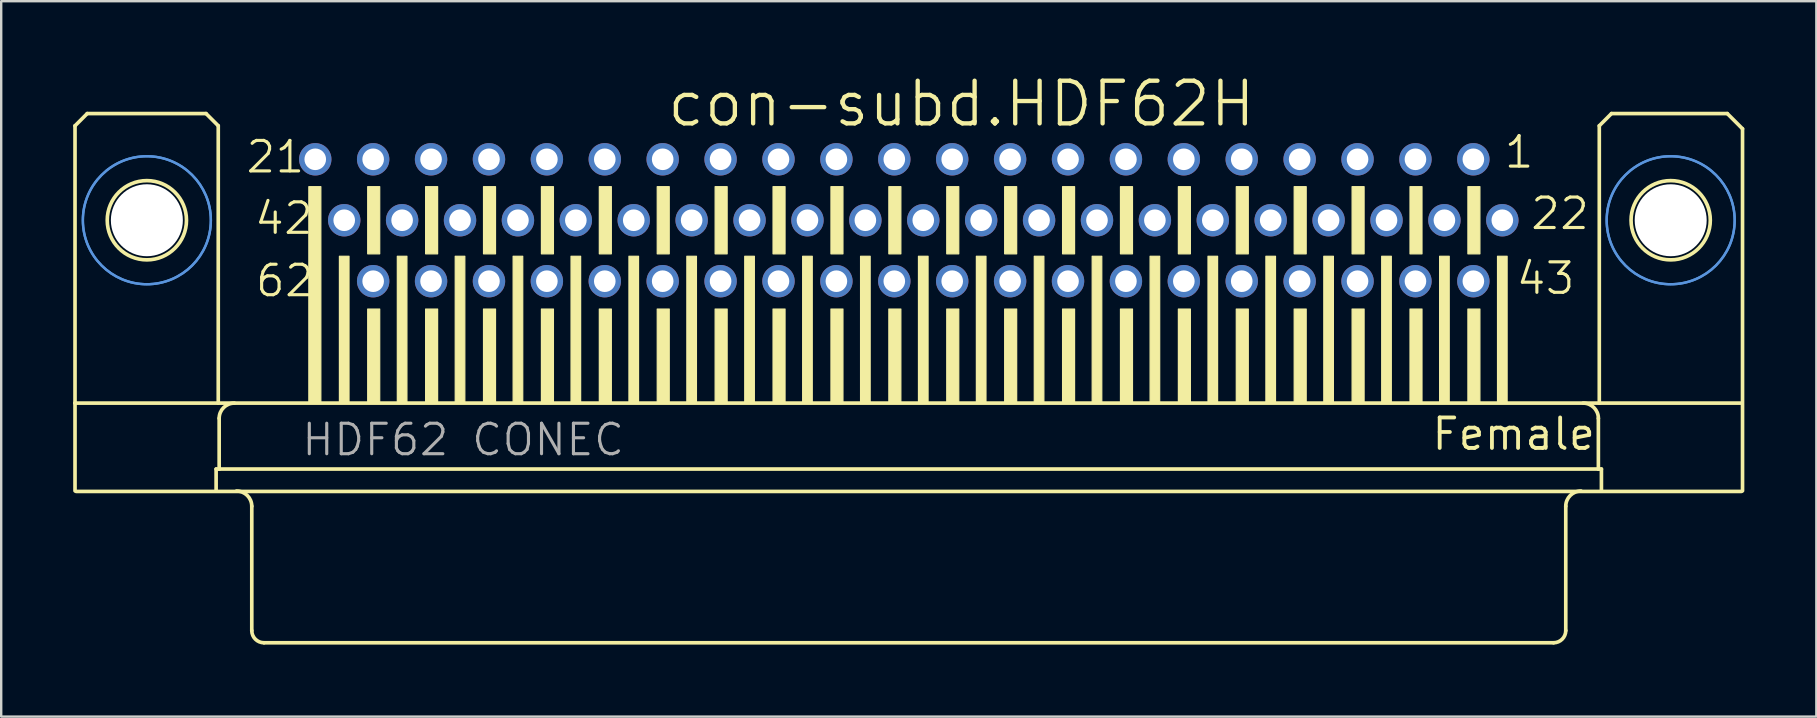
<source format=kicad_pcb>
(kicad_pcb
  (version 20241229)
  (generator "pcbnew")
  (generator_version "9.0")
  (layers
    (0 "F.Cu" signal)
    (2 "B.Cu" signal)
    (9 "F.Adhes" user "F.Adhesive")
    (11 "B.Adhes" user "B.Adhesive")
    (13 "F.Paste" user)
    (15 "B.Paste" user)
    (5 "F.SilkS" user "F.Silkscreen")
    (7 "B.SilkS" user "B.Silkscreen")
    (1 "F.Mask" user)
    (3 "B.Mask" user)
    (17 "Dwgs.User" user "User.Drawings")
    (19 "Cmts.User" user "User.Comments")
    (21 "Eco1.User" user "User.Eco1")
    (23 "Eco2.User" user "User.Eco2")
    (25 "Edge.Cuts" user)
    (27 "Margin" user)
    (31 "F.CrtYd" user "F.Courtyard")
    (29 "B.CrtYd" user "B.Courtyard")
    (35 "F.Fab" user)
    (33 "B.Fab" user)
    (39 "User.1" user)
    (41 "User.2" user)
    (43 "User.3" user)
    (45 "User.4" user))
  (footprint "con-subd.HDF62H"
    (layer "F.Cu")
    (at 34.82 6.128)
    (property "Reference" "con-subd.HDF62H" (at -10.16 -3.81 0) (layer "F.SilkS") (effects (font (size 1.778 1.778) (thickness 0.18)) (justify left bottom)))
    (attr through_hole)
    (fp_line (start -34.744 -3.937) (end -34.744 7.62) (stroke (width 0.152) (type default)) (layer "F.SilkS"))
    (fp_line (start -34.744 11.276) (end -34.744 7.62) (stroke (width 0.152) (type default)) (layer "F.SilkS"))
    (fp_line (start -34.7 11.3) (end 34.7 11.3) (stroke (width 0.152) (type default)) (layer "F.SilkS"))
    (fp_line (start -34.236 -4.445) (end -34.744 -3.937) (stroke (width 0.152) (type default)) (layer "F.SilkS"))
    (fp_line (start -29.283 -4.445) (end -34.236 -4.445) (stroke (width 0.152) (type default)) (layer "F.SilkS"))
    (fp_line (start -28.864 10.368) (end -28.864 11.276) (stroke (width 0.152) (type default)) (layer "F.SilkS"))
    (fp_line (start -28.775 -3.937) (end -29.283 -4.445) (stroke (width 0.152) (type default)) (layer "F.SilkS"))
    (fp_line (start -28.775 -3.937) (end -28.775 7.62) (stroke (width 0.152) (type default)) (layer "F.SilkS"))
    (fp_line (start -28.737 8.255) (end -28.737 10.368) (stroke (width 0.152) (type default)) (layer "F.SilkS"))
    (fp_line (start -28.737 10.368) (end -28.864 10.368) (stroke (width 0.152) (type default)) (layer "F.SilkS"))
    (fp_line (start -27.378 11.919) (end -27.378 17.099) (stroke (width 0.152) (type default)) (layer "F.SilkS"))
    (fp_line (start 26.87 17.607) (end -26.87 17.607) (stroke (width 0.152) (type default)) (layer "F.SilkS"))
    (fp_line (start 27.378 11.919) (end 27.378 17.099) (stroke (width 0.152) (type default)) (layer "F.SilkS"))
    (fp_line (start 28.737 8.255) (end 28.737 10.368) (stroke (width 0.152) (type default)) (layer "F.SilkS"))
    (fp_line (start 28.737 10.368) (end -28.737 10.368) (stroke (width 0.152) (type default)) (layer "F.SilkS"))
    (fp_line (start 28.775 -3.937) (end 28.775 7.62) (stroke (width 0.152) (type default)) (layer "F.SilkS"))
    (fp_line (start 28.864 10.368) (end 28.737 10.368) (stroke (width 0.152) (type default)) (layer "F.SilkS"))
    (fp_line (start 28.864 10.368) (end 28.864 11.276) (stroke (width 0.152) (type default)) (layer "F.SilkS"))
    (fp_line (start 29.283 -4.445) (end 28.775 -3.937) (stroke (width 0.152) (type default)) (layer "F.SilkS"))
    (fp_line (start 29.283 -4.445) (end 34.109 -4.445) (stroke (width 0.152) (type default)) (layer "F.SilkS"))
    (fp_line (start 34.109 -4.445) (end 34.744 -3.81) (stroke (width 0.152) (type default)) (layer "F.SilkS"))
    (fp_line (start 34.656 7.62) (end -34.744 7.62) (stroke (width 0.152) (type default)) (layer "F.SilkS"))
    (fp_line (start 34.744 -3.81) (end 34.744 11.276) (stroke (width 0.152) (type default)) (layer "F.SilkS"))
    (fp_rect (start -25 7.6) (end -24.5 -1.4) (stroke (width 0.05) (type default)) (fill yes) (layer "F.SilkS"))
    (fp_rect (start -23.726 7.6) (end -23.326 1.5) (stroke (width 0.05) (type default)) (fill yes) (layer "F.SilkS"))
    (fp_rect (start -22.547 1.4) (end -22.047 -1.4) (stroke (width 0.05) (type default)) (fill yes) (layer "F.SilkS"))
    (fp_rect (start -22.547 7.6) (end -22.047 3.7) (stroke (width 0.05) (type default)) (fill yes) (layer "F.SilkS"))
    (fp_rect (start -21.313 7.6) (end -20.913 1.5) (stroke (width 0.05) (type default)) (fill yes) (layer "F.SilkS"))
    (fp_rect (start -20.134 1.4) (end -19.634 -1.4) (stroke (width 0.05) (type default)) (fill yes) (layer "F.SilkS"))
    (fp_rect (start -20.134 7.6) (end -19.634 3.7) (stroke (width 0.05) (type default)) (fill yes) (layer "F.SilkS"))
    (fp_rect (start -18.9 7.6) (end -18.5 1.5) (stroke (width 0.05) (type default)) (fill yes) (layer "F.SilkS"))
    (fp_rect (start -17.721 1.4) (end -17.221 -1.4) (stroke (width 0.05) (type default)) (fill yes) (layer "F.SilkS"))
    (fp_rect (start -17.721 7.6) (end -17.221 3.7) (stroke (width 0.05) (type default)) (fill yes) (layer "F.SilkS"))
    (fp_rect (start -16.487 7.6) (end -16.087 1.5) (stroke (width 0.05) (type default)) (fill yes) (layer "F.SilkS"))
    (fp_rect (start -15.308 1.4) (end -14.808 -1.4) (stroke (width 0.05) (type default)) (fill yes) (layer "F.SilkS"))
    (fp_rect (start -15.308 7.6) (end -14.808 3.7) (stroke (width 0.05) (type default)) (fill yes) (layer "F.SilkS"))
    (fp_rect (start -14.074 7.6) (end -13.674 1.5) (stroke (width 0.05) (type default)) (fill yes) (layer "F.SilkS"))
    (fp_rect (start -12.895 1.4) (end -12.395 -1.4) (stroke (width 0.05) (type default)) (fill yes) (layer "F.SilkS"))
    (fp_rect (start -12.895 7.6) (end -12.395 3.7) (stroke (width 0.05) (type default)) (fill yes) (layer "F.SilkS"))
    (fp_rect (start -11.661 7.6) (end -11.261 1.5) (stroke (width 0.05) (type default)) (fill yes) (layer "F.SilkS"))
    (fp_rect (start -10.482 1.4) (end -9.982 -1.4) (stroke (width 0.05) (type default)) (fill yes) (layer "F.SilkS"))
    (fp_rect (start -10.482 7.6) (end -9.982 3.7) (stroke (width 0.05) (type default)) (fill yes) (layer "F.SilkS"))
    (fp_rect (start -9.248 7.6) (end -8.848 1.5) (stroke (width 0.05) (type default)) (fill yes) (layer "F.SilkS"))
    (fp_rect (start -8.069 1.4) (end -7.569 -1.4) (stroke (width 0.05) (type default)) (fill yes) (layer "F.SilkS"))
    (fp_rect (start -8.069 7.6) (end -7.569 3.7) (stroke (width 0.05) (type default)) (fill yes) (layer "F.SilkS"))
    (fp_rect (start -6.835 7.6) (end -6.435 1.5) (stroke (width 0.05) (type default)) (fill yes) (layer "F.SilkS"))
    (fp_rect (start -5.656 1.4) (end -5.156 -1.4) (stroke (width 0.05) (type default)) (fill yes) (layer "F.SilkS"))
    (fp_rect (start -5.656 7.6) (end -5.156 3.7) (stroke (width 0.05) (type default)) (fill yes) (layer "F.SilkS"))
    (fp_rect (start -4.422 7.6) (end -4.022 1.5) (stroke (width 0.05) (type default)) (fill yes) (layer "F.SilkS"))
    (fp_rect (start -3.243 1.4) (end -2.743 -1.4) (stroke (width 0.05) (type default)) (fill yes) (layer "F.SilkS"))
    (fp_rect (start -3.243 7.6) (end -2.743 3.7) (stroke (width 0.05) (type default)) (fill yes) (layer "F.SilkS"))
    (fp_rect (start -2.009 7.6) (end -1.609 1.5) (stroke (width 0.05) (type default)) (fill yes) (layer "F.SilkS"))
    (fp_rect (start -0.83 1.4) (end -0.33 -1.4) (stroke (width 0.05) (type default)) (fill yes) (layer "F.SilkS"))
    (fp_rect (start -0.83 7.6) (end -0.33 3.7) (stroke (width 0.05) (type default)) (fill yes) (layer "F.SilkS"))
    (fp_rect (start 0.404 7.6) (end 0.804 1.5) (stroke (width 0.05) (type default)) (fill yes) (layer "F.SilkS"))
    (fp_rect (start 1.583 1.4) (end 2.083 -1.4) (stroke (width 0.05) (type default)) (fill yes) (layer "F.SilkS"))
    (fp_rect (start 1.583 7.6) (end 2.083 3.7) (stroke (width 0.05) (type default)) (fill yes) (layer "F.SilkS"))
    (fp_rect (start 2.817 7.6) (end 3.217 1.5) (stroke (width 0.05) (type default)) (fill yes) (layer "F.SilkS"))
    (fp_rect (start 3.996 1.4) (end 4.496 -1.4) (stroke (width 0.05) (type default)) (fill yes) (layer "F.SilkS"))
    (fp_rect (start 3.996 7.6) (end 4.496 3.7) (stroke (width 0.05) (type default)) (fill yes) (layer "F.SilkS"))
    (fp_rect (start 5.23 7.6) (end 5.63 1.5) (stroke (width 0.05) (type default)) (fill yes) (layer "F.SilkS"))
    (fp_rect (start 6.409 1.4) (end 6.909 -1.4) (stroke (width 0.05) (type default)) (fill yes) (layer "F.SilkS"))
    (fp_rect (start 6.409 7.6) (end 6.909 3.7) (stroke (width 0.05) (type default)) (fill yes) (layer "F.SilkS"))
    (fp_rect (start 7.643 7.6) (end 8.043 1.5) (stroke (width 0.05) (type default)) (fill yes) (layer "F.SilkS"))
    (fp_rect (start 8.822 1.4) (end 9.322 -1.4) (stroke (width 0.05) (type default)) (fill yes) (layer "F.SilkS"))
    (fp_rect (start 8.822 7.6) (end 9.322 3.7) (stroke (width 0.05) (type default)) (fill yes) (layer "F.SilkS"))
    (fp_rect (start 10.056 7.6) (end 10.456 1.5) (stroke (width 0.05) (type default)) (fill yes) (layer "F.SilkS"))
    (fp_rect (start 11.235 1.4) (end 11.735 -1.4) (stroke (width 0.05) (type default)) (fill yes) (layer "F.SilkS"))
    (fp_rect (start 11.235 7.6) (end 11.735 3.7) (stroke (width 0.05) (type default)) (fill yes) (layer "F.SilkS"))
    (fp_rect (start 12.469 7.6) (end 12.869 1.5) (stroke (width 0.05) (type default)) (fill yes) (layer "F.SilkS"))
    (fp_rect (start 13.648 1.4) (end 14.148 -1.4) (stroke (width 0.05) (type default)) (fill yes) (layer "F.SilkS"))
    (fp_rect (start 13.648 7.6) (end 14.148 3.7) (stroke (width 0.05) (type default)) (fill yes) (layer "F.SilkS"))
    (fp_rect (start 14.882 7.6) (end 15.282 1.5) (stroke (width 0.05) (type default)) (fill yes) (layer "F.SilkS"))
    (fp_rect (start 16.061 1.4) (end 16.561 -1.4) (stroke (width 0.05) (type default)) (fill yes) (layer "F.SilkS"))
    (fp_rect (start 16.061 7.6) (end 16.561 3.7) (stroke (width 0.05) (type default)) (fill yes) (layer "F.SilkS"))
    (fp_rect (start 17.295 7.6) (end 17.695 1.5) (stroke (width 0.05) (type default)) (fill yes) (layer "F.SilkS"))
    (fp_rect (start 18.474 1.4) (end 18.974 -1.4) (stroke (width 0.05) (type default)) (fill yes) (layer "F.SilkS"))
    (fp_rect (start 18.474 7.6) (end 18.974 3.7) (stroke (width 0.05) (type default)) (fill yes) (layer "F.SilkS"))
    (fp_rect (start 19.708 7.6) (end 20.108 1.5) (stroke (width 0.05) (type default)) (fill yes) (layer "F.SilkS"))
    (fp_rect (start 20.887 1.4) (end 21.387 -1.4) (stroke (width 0.05) (type default)) (fill yes) (layer "F.SilkS"))
    (fp_rect (start 20.887 7.6) (end 21.387 3.7) (stroke (width 0.05) (type default)) (fill yes) (layer "F.SilkS"))
    (fp_rect (start 22.121 7.6) (end 22.521 1.5) (stroke (width 0.05) (type default)) (fill yes) (layer "F.SilkS"))
    (fp_rect (start 23.3 1.4) (end 23.8 -1.4) (stroke (width 0.05) (type default)) (fill yes) (layer "F.SilkS"))
    (fp_rect (start 23.3 7.6) (end 23.8 3.7) (stroke (width 0.05) (type default)) (fill yes) (layer "F.SilkS"))
    (fp_rect (start 24.534 7.6) (end 24.934 1.5) (stroke (width 0.05) (type default)) (fill yes) (layer "F.SilkS"))
    (fp_arc (start -28.737 8.255) (mid -28.551013 7.805987) (end -28.102 7.62) (stroke (width 0.1524) (type default)) (layer "F.SilkS"))
    (fp_arc (start -28.013 11.284) (mid -27.563987 11.469987) (end -27.378 11.919) (stroke (width 0.1524) (type default)) (layer "F.SilkS"))
    (fp_arc (start -26.87 17.607) (mid -27.22921 17.45821) (end -27.378 17.099) (stroke (width 0.1524) (type default)) (layer "F.SilkS"))
    (fp_arc (start 27.378 11.919) (mid 27.563987 11.469987) (end 28.013 11.284) (stroke (width 0.1524) (type default)) (layer "F.SilkS"))
    (fp_arc (start 27.378 17.099) (mid 27.22921 17.45821) (end 26.87 17.607) (stroke (width 0.1524) (type default)) (layer "F.SilkS"))
    (fp_arc (start 28.102 7.62) (mid 28.551013 7.805987) (end 28.737 8.255) (stroke (width 0.1524) (type default)) (layer "F.SilkS"))
    (fp_circle (center -31.75 0) (end -30.099 0) (stroke (width 0.152) (type default)) (fill no) (layer "F.SilkS"))
    (fp_circle (center 31.75 0) (end 33.401 0) (stroke (width 0.152) (type default)) (fill no) (layer "F.SilkS"))
    (fp_circle (center -31.75 0) (end -29.083 0) (stroke (width 0.1) (type default)) (fill no) (layer "Cmts.User"))
    (fp_circle (center -31.75 0) (end -29.083 0) (stroke (width 0.1) (type default)) (fill no) (layer "Cmts.User"))
    (fp_circle (center 31.75 0) (end 34.417 0) (stroke (width 0.1) (type default)) (fill no) (layer "Cmts.User"))
    (fp_circle (center 31.75 0) (end 34.417 0) (stroke (width 0.1) (type default)) (fill no) (layer "Cmts.User"))
    (fp_text user "21" (at -27.69 -1.895 0) (layer "F.SilkS") (effects (font (size 1.27 1.27) (thickness 0.13)) (justify left bottom)))
    (fp_text user "43" (at 25.242 3.165 0) (layer "F.SilkS") (effects (font (size 1.27 1.27) (thickness 0.13)) (justify left bottom)))
    (fp_text user "62" (at -27.295 3.265 0) (layer "F.SilkS") (effects (font (size 1.27 1.27) (thickness 0.13)) (justify left bottom)))
    (fp_text user "42" (at -27.333 0.665 0) (layer "F.SilkS") (effects (font (size 1.27 1.27) (thickness 0.13)) (justify left bottom)))
    (fp_text user "1" (at 24.742 -2.095 0) (layer "F.SilkS") (effects (font (size 1.27 1.27) (thickness 0.13)) (justify left bottom)))
    (fp_text user "Female" (at 21.717 9.652 0) (layer "F.SilkS") (effects (font (size 1.27 1.27) (thickness 0.16)) (justify left bottom)))
    (fp_text user "22" (at 25.842 0.465 0) (layer "F.SilkS") (effects (font (size 1.27 1.27) (thickness 0.13)) (justify left bottom)))
    (fp_text user "HDF62 CONEC" (at -25.368 9.891 0) (layer "F.Fab") (effects (font (size 1.27 1.27) (thickness 0.13)) (justify left bottom)))
    (pad "" np_thru_hole circle (at -31.75 0) (size 3 3) (drill 3) (layers "*.Cu" "*.Mask"))
    (pad "" np_thru_hole circle (at 31.75 0) (size 3 3) (drill 3) (layers "*.Cu" "*.Mask"))
    (pad "1" thru_hole circle (at 23.527 -2.54) (size 1.35 1.35) (drill 0.9) (layers "*.Cu" "*.Mask"))
    (pad "2" thru_hole circle (at 21.114 -2.54) (size 1.35 1.35) (drill 0.9) (layers "*.Cu" "*.Mask"))
    (pad "3" thru_hole circle (at 18.701 -2.54) (size 1.35 1.35) (drill 0.9) (layers "*.Cu" "*.Mask"))
    (pad "4" thru_hole circle (at 16.288 -2.54) (size 1.35 1.35) (drill 0.9) (layers "*.Cu" "*.Mask"))
    (pad "5" thru_hole circle (at 13.875 -2.54) (size 1.35 1.35) (drill 0.9) (layers "*.Cu" "*.Mask"))
    (pad "6" thru_hole circle (at 11.462 -2.54) (size 1.35 1.35) (drill 0.9) (layers "*.Cu" "*.Mask"))
    (pad "7" thru_hole circle (at 9.049 -2.54) (size 1.35 1.35) (drill 0.9) (layers "*.Cu" "*.Mask"))
    (pad "8" thru_hole circle (at 6.636 -2.54) (size 1.35 1.35) (drill 0.9) (layers "*.Cu" "*.Mask"))
    (pad "9" thru_hole circle (at 4.223 -2.54) (size 1.35 1.35) (drill 0.9) (layers "*.Cu" "*.Mask"))
    (pad "10" thru_hole circle (at 1.81 -2.54) (size 1.35 1.35) (drill 0.9) (layers "*.Cu" "*.Mask"))
    (pad "11" thru_hole circle (at -0.603 -2.54) (size 1.35 1.35) (drill 0.9) (layers "*.Cu" "*.Mask"))
    (pad "12" thru_hole circle (at -3.016 -2.54) (size 1.35 1.35) (drill 0.9) (layers "*.Cu" "*.Mask"))
    (pad "13" thru_hole circle (at -5.429 -2.54) (size 1.35 1.35) (drill 0.9) (layers "*.Cu" "*.Mask"))
    (pad "14" thru_hole circle (at -7.842 -2.54) (size 1.35 1.35) (drill 0.9) (layers "*.Cu" "*.Mask"))
    (pad "15" thru_hole circle (at -10.255 -2.54) (size 1.35 1.35) (drill 0.9) (layers "*.Cu" "*.Mask"))
    (pad "16" thru_hole circle (at -12.668 -2.54) (size 1.35 1.35) (drill 0.9) (layers "*.Cu" "*.Mask"))
    (pad "17" thru_hole circle (at -15.081 -2.54) (size 1.35 1.35) (drill 0.9) (layers "*.Cu" "*.Mask"))
    (pad "18" thru_hole circle (at -17.494 -2.54) (size 1.35 1.35) (drill 0.9) (layers "*.Cu" "*.Mask"))
    (pad "19" thru_hole circle (at -19.907 -2.54) (size 1.35 1.35) (drill 0.9) (layers "*.Cu" "*.Mask"))
    (pad "20" thru_hole circle (at -22.32 -2.54) (size 1.35 1.35) (drill 0.9) (layers "*.Cu" "*.Mask"))
    (pad "21" thru_hole circle (at -24.733 -2.54) (size 1.35 1.35) (drill 0.9) (layers "*.Cu" "*.Mask"))
    (pad "22" thru_hole circle (at 24.734 0) (size 1.35 1.35) (drill 0.9) (layers "*.Cu" "*.Mask"))
    (pad "23" thru_hole circle (at 22.321 0) (size 1.35 1.35) (drill 0.9) (layers "*.Cu" "*.Mask"))
    (pad "24" thru_hole circle (at 19.908 0) (size 1.35 1.35) (drill 0.9) (layers "*.Cu" "*.Mask"))
    (pad "25" thru_hole circle (at 17.495 0) (size 1.35 1.35) (drill 0.9) (layers "*.Cu" "*.Mask"))
    (pad "26" thru_hole circle (at 15.082 0) (size 1.35 1.35) (drill 0.9) (layers "*.Cu" "*.Mask"))
    (pad "27" thru_hole circle (at 12.669 0) (size 1.35 1.35) (drill 0.9) (layers "*.Cu" "*.Mask"))
    (pad "28" thru_hole circle (at 10.256 0) (size 1.35 1.35) (drill 0.9) (layers "*.Cu" "*.Mask"))
    (pad "29" thru_hole circle (at 7.843 0) (size 1.35 1.35) (drill 0.9) (layers "*.Cu" "*.Mask"))
    (pad "30" thru_hole circle (at 5.43 0) (size 1.35 1.35) (drill 0.9) (layers "*.Cu" "*.Mask"))
    (pad "31" thru_hole circle (at 3.017 0) (size 1.35 1.35) (drill 0.9) (layers "*.Cu" "*.Mask"))
    (pad "32" thru_hole circle (at 0.604 0) (size 1.35 1.35) (drill 0.9) (layers "*.Cu" "*.Mask"))
    (pad "33" thru_hole circle (at -1.809 0) (size 1.35 1.35) (drill 0.9) (layers "*.Cu" "*.Mask"))
    (pad "34" thru_hole circle (at -4.222 0) (size 1.35 1.35) (drill 0.9) (layers "*.Cu" "*.Mask"))
    (pad "35" thru_hole circle (at -6.635 0) (size 1.35 1.35) (drill 0.9) (layers "*.Cu" "*.Mask"))
    (pad "36" thru_hole circle (at -9.048 0) (size 1.35 1.35) (drill 0.9) (layers "*.Cu" "*.Mask"))
    (pad "37" thru_hole circle (at -11.461 0) (size 1.35 1.35) (drill 0.9) (layers "*.Cu" "*.Mask"))
    (pad "38" thru_hole circle (at -13.874 0) (size 1.35 1.35) (drill 0.9) (layers "*.Cu" "*.Mask"))
    (pad "39" thru_hole circle (at -16.287 0) (size 1.35 1.35) (drill 0.9) (layers "*.Cu" "*.Mask"))
    (pad "40" thru_hole circle (at -18.7 0) (size 1.35 1.35) (drill 0.9) (layers "*.Cu" "*.Mask"))
    (pad "41" thru_hole circle (at -21.113 0) (size 1.35 1.35) (drill 0.9) (layers "*.Cu" "*.Mask"))
    (pad "42" thru_hole circle (at -23.526 0) (size 1.35 1.35) (drill 0.9) (layers "*.Cu" "*.Mask"))
    (pad "43" thru_hole circle (at 23.527 2.54) (size 1.35 1.35) (drill 0.9) (layers "*.Cu" "*.Mask"))
    (pad "44" thru_hole circle (at 21.114 2.54) (size 1.35 1.35) (drill 0.9) (layers "*.Cu" "*.Mask"))
    (pad "45" thru_hole circle (at 18.701 2.54) (size 1.35 1.35) (drill 0.9) (layers "*.Cu" "*.Mask"))
    (pad "46" thru_hole circle (at 16.288 2.54) (size 1.35 1.35) (drill 0.9) (layers "*.Cu" "*.Mask"))
    (pad "47" thru_hole circle (at 13.875 2.54) (size 1.35 1.35) (drill 0.9) (layers "*.Cu" "*.Mask"))
    (pad "48" thru_hole circle (at 11.462 2.54) (size 1.35 1.35) (drill 0.9) (layers "*.Cu" "*.Mask"))
    (pad "49" thru_hole circle (at 9.049 2.54) (size 1.35 1.35) (drill 0.9) (layers "*.Cu" "*.Mask"))
    (pad "50" thru_hole circle (at 6.636 2.54) (size 1.35 1.35) (drill 0.9) (layers "*.Cu" "*.Mask"))
    (pad "51" thru_hole circle (at 4.223 2.54) (size 1.35 1.35) (drill 0.9) (layers "*.Cu" "*.Mask"))
    (pad "52" thru_hole circle (at 1.81 2.54) (size 1.35 1.35) (drill 0.9) (layers "*.Cu" "*.Mask"))
    (pad "53" thru_hole circle (at -0.603 2.54) (size 1.35 1.35) (drill 0.9) (layers "*.Cu" "*.Mask"))
    (pad "54" thru_hole circle (at -3.016 2.54) (size 1.35 1.35) (drill 0.9) (layers "*.Cu" "*.Mask"))
    (pad "55" thru_hole circle (at -5.429 2.54) (size 1.35 1.35) (drill 0.9) (layers "*.Cu" "*.Mask"))
    (pad "56" thru_hole circle (at -7.842 2.54) (size 1.35 1.35) (drill 0.9) (layers "*.Cu" "*.Mask"))
    (pad "57" thru_hole circle (at -10.255 2.54) (size 1.35 1.35) (drill 0.9) (layers "*.Cu" "*.Mask"))
    (pad "58" thru_hole circle (at -12.668 2.54) (size 1.35 1.35) (drill 0.9) (layers "*.Cu" "*.Mask"))
    (pad "59" thru_hole circle (at -15.081 2.54) (size 1.35 1.35) (drill 0.9) (layers "*.Cu" "*.Mask"))
    (pad "60" thru_hole circle (at -17.494 2.54) (size 1.35 1.35) (drill 0.9) (layers "*.Cu" "*.Mask"))
    (pad "61" thru_hole circle (at -19.907 2.54) (size 1.35 1.35) (drill 0.9) (layers "*.Cu" "*.Mask"))
    (pad "62" thru_hole circle (at -22.32 2.54) (size 1.35 1.35) (drill 0.9) (layers "*.Cu" "*.Mask")))
  (gr_rect
    (start -3 -3)
    (end 72.64 26.811)
    (stroke (width 0.1) (type default))
    (fill no)
    (layer "Edge.Cuts")))
</source>
